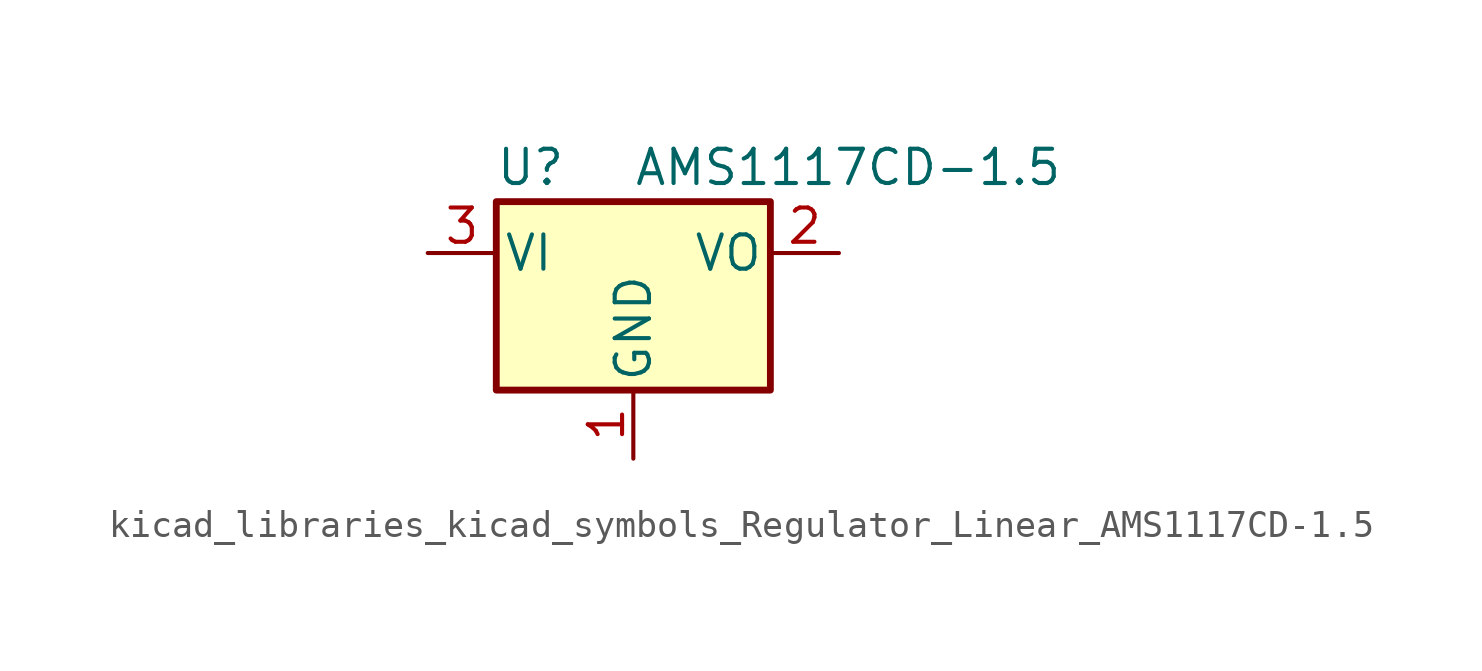
<source format=kicad_sym>
(kicad_symbol_lib
  (version 20220914)
  (generator kicad_symbol_editor)
  (symbol "kicad_libraries_kicad_symbols_Regulator_Linear_AMS1117CD-1.5"
    (pin_names
      (offset 0.254))
    (property "Reference" "U"
      (at -3.81 3.175 0)
      (effects (font (size 1.27 1.27))))
    (property "Value" "AMS1117CD-1.5"
      (at 0 3.175 0)
      (effects (font (size 1.27 1.27)) (justify left)))
    (symbol "kicad_libraries_kicad_symbols_Regulator_Linear_AMS1117CD-1.5_0_1"
      (rectangle (start -5.08 -5.08) (end 5.08 1.905) (stroke (width 0.254) (type default)) (fill (type background))))
    (symbol "kicad_libraries_kicad_symbols_Regulator_Linear_AMS1117CD-1.5_1_1"
      (pin power_in line (at 0 -7.62 90) (length 2.54) (name "GND" (effects (font (size 1.27 1.27)))) (number "1" (effects (font (size 1.27 1.27)))))
      (pin power_out line (at 7.62 0 180) (length 2.54) (name "VO" (effects (font (size 1.27 1.27)))) (number "2" (effects (font (size 1.27 1.27)))))
      (pin power_in line (at -7.62 0 0) (length 2.54) (name "VI" (effects (font (size 1.27 1.27)))) (number "3" (effects (font (size 1.27 1.27))))))))
</source>
